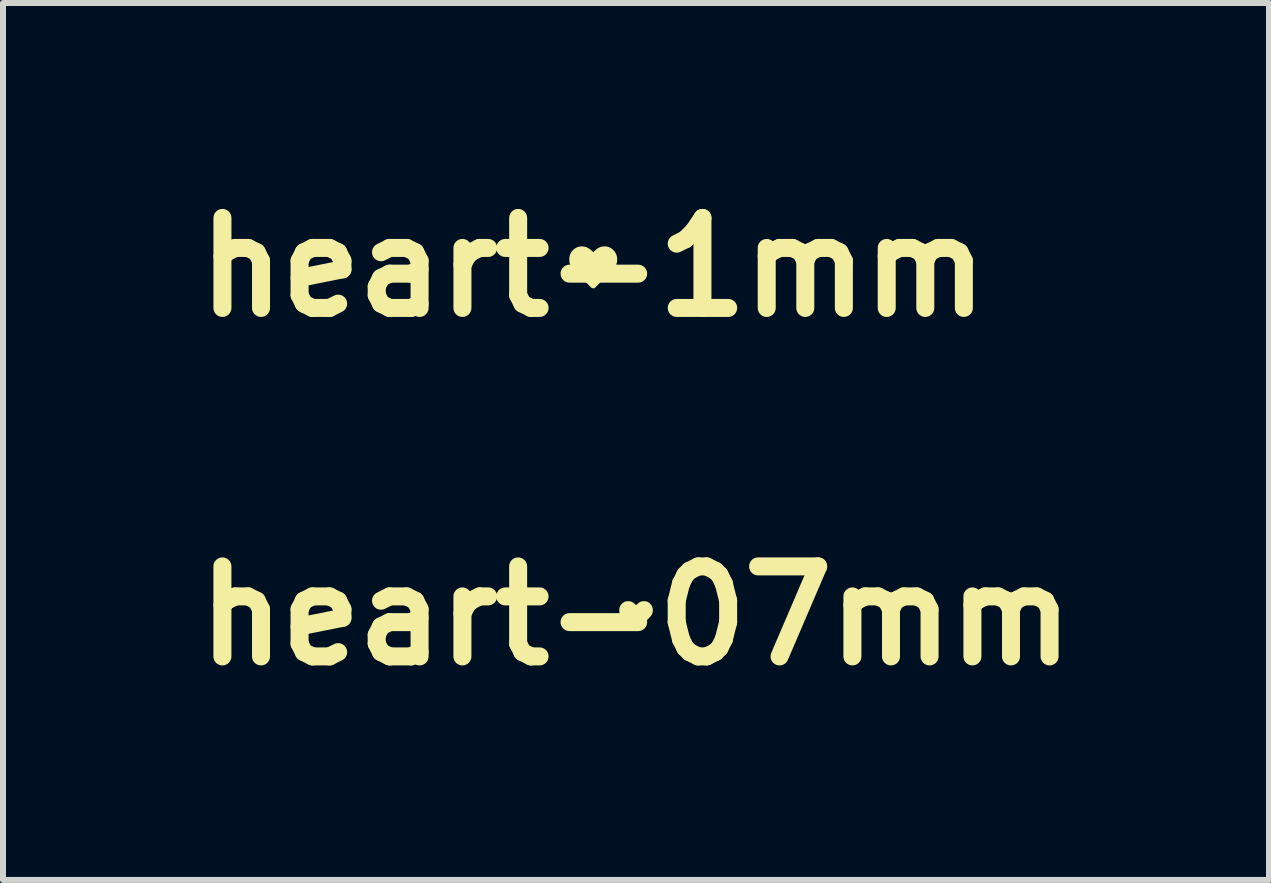
<source format=kicad_pcb>
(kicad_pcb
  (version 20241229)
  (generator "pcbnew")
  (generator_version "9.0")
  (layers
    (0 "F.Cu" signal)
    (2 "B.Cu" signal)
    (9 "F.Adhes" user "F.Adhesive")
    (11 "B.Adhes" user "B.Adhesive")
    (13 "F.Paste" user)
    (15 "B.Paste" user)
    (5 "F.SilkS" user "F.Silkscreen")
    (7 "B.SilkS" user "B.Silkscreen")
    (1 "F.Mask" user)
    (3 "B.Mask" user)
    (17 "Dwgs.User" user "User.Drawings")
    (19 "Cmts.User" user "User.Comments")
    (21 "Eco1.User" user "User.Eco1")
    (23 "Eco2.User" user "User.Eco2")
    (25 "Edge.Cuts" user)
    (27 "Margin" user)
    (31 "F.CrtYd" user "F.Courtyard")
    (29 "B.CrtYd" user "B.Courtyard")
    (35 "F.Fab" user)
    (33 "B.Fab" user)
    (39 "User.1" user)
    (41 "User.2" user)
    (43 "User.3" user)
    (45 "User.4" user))
  (footprint "heart-07mm"
    (layer "F.Cu")
    (at 7.55 7.212)
    (property "Reference" "heart-07mm" (at 0 0 0) (layer "F.SilkS") (effects (font (size 1.5 1.5) (thickness 0.3))))
    (attr board_only exclude_from_pos_files exclude_from_bom)
    (fp_poly (pts (xy 0.161 -0.241) (xy 0.185 -0.235) (xy 0.207 -0.224) (xy 0.228 -0.207) (xy 0.231 -0.204) (xy 0.249 -0.186) (xy 0.261 -0.167) (xy 0.271 -0.146) (xy 0.272 -0.143) (xy 0.279 -0.115) (xy 0.281 -0.086) (xy 0.277 -0.058) (xy 0.269 -0.03) (xy 0.265 -0.022) (xy 0.262 -0.016) (xy 0.259 -0.011) (xy 0.255 -0.005) (xy 0.25 0.002) (xy 0.244 0.009) (xy 0.236 0.018) (xy 0.225 0.03) (xy 0.212 0.044) (xy 0.196 0.06) (xy 0.181 0.076) (xy 0.162 0.095) (xy 0.142 0.116) (xy 0.123 0.137) (xy 0.103 0.156) (xy 0.086 0.174) (xy 0.07 0.19) (xy 0.062 0.199) (xy 0.015 0.246) (xy 0.003 0.246) (xy -0.007 0.245) (xy -0.015 0.243) (xy -0.016 0.242) (xy -0.02 0.239) (xy -0.027 0.233) (xy -0.036 0.223) (xy -0.049 0.211) (xy -0.063 0.197) (xy -0.079 0.18) (xy -0.096 0.162) (xy -0.114 0.144) (xy -0.133 0.124) (xy -0.152 0.105) (xy -0.17 0.085) (xy -0.188 0.067) (xy -0.205 0.049) (xy -0.22 0.033) (xy -0.233 0.019) (xy -0.243 0.007) (xy -0.251 -0.001) (xy -0.256 -0.007) (xy -0.256 -0.008) (xy -0.267 -0.026) (xy -0.273 -0.045) (xy -0.277 -0.066) (xy -0.278 -0.08) (xy -0.278 -0.11) (xy -0.273 -0.137) (xy -0.263 -0.162) (xy -0.249 -0.184) (xy -0.236 -0.199) (xy -0.213 -0.218) (xy -0.19 -0.232) (xy -0.165 -0.24) (xy -0.139 -0.243) (xy -0.134 -0.243) (xy -0.105 -0.241) (xy -0.078 -0.234) (xy -0.053 -0.221) (xy -0.029 -0.204) (xy -0.019 -0.195) (xy 0.001 -0.176) (xy 0.023 -0.197) (xy 0.047 -0.216) (xy 0.07 -0.23) (xy 0.096 -0.239) (xy 0.123 -0.243) (xy 0.134 -0.243)) (stroke (width 0) (type solid)) (fill yes) (layer "F.SilkS")))
  (footprint "heart-1mm"
    (layer "F.Cu")
    (at 6.836 1.404)
    (property "Reference" "heart-1mm" (at 0 0 0) (layer "F.SilkS") (effects (font (size 1.5 1.5) (thickness 0.3))))
    (attr board_only exclude_from_pos_files exclude_from_bom)
    (fp_poly (pts (xy 0.229 -0.345) (xy 0.264 -0.335) (xy 0.296 -0.319) (xy 0.326 -0.296) (xy 0.331 -0.292) (xy 0.355 -0.266) (xy 0.373 -0.239) (xy 0.387 -0.209) (xy 0.389 -0.204) (xy 0.399 -0.164) (xy 0.401 -0.123) (xy 0.396 -0.082) (xy 0.384 -0.043) (xy 0.379 -0.032) (xy 0.374 -0.023) (xy 0.37 -0.015) (xy 0.364 -0.007) (xy 0.357 0.002) (xy 0.348 0.013) (xy 0.336 0.026) (xy 0.322 0.042) (xy 0.303 0.062) (xy 0.28 0.086) (xy 0.259 0.109) (xy 0.232 0.136) (xy 0.204 0.166) (xy 0.175 0.195) (xy 0.148 0.223) (xy 0.122 0.249) (xy 0.1 0.272) (xy 0.088 0.284) (xy 0.021 0.352) (xy 0.004 0.351) (xy -0.009 0.35) (xy -0.021 0.347) (xy -0.023 0.346) (xy -0.028 0.342) (xy -0.038 0.333) (xy -0.052 0.319) (xy -0.069 0.302) (xy -0.09 0.281) (xy -0.113 0.257) (xy -0.138 0.232) (xy -0.164 0.205) (xy -0.19 0.177) (xy -0.217 0.149) (xy -0.243 0.122) (xy -0.269 0.095) (xy -0.292 0.07) (xy -0.314 0.047) (xy -0.332 0.027) (xy -0.347 0.011) (xy -0.359 -0.002) (xy -0.365 -0.01) (xy -0.366 -0.011) (xy -0.381 -0.037) (xy -0.391 -0.064) (xy -0.396 -0.094) (xy -0.398 -0.114) (xy -0.397 -0.158) (xy -0.39 -0.196) (xy -0.376 -0.231) (xy -0.356 -0.263) (xy -0.337 -0.285) (xy -0.305 -0.312) (xy -0.272 -0.331) (xy -0.236 -0.343) (xy -0.198 -0.347) (xy -0.191 -0.348) (xy -0.15 -0.344) (xy -0.112 -0.334) (xy -0.076 -0.316) (xy -0.041 -0.291) (xy -0.028 -0.279) (xy 0.002 -0.251) (xy 0.033 -0.281) (xy 0.066 -0.309) (xy 0.101 -0.329) (xy 0.137 -0.341) (xy 0.176 -0.347) (xy 0.191 -0.348)) (stroke (width 0) (type solid)) (fill yes) (layer "F.SilkS")))
  (gr_rect
    (start -3 -3)
    (end 18.1 11.616)
    (stroke (width 0.1) (type default))
    (fill no)
    (layer "Edge.Cuts")))
</source>
